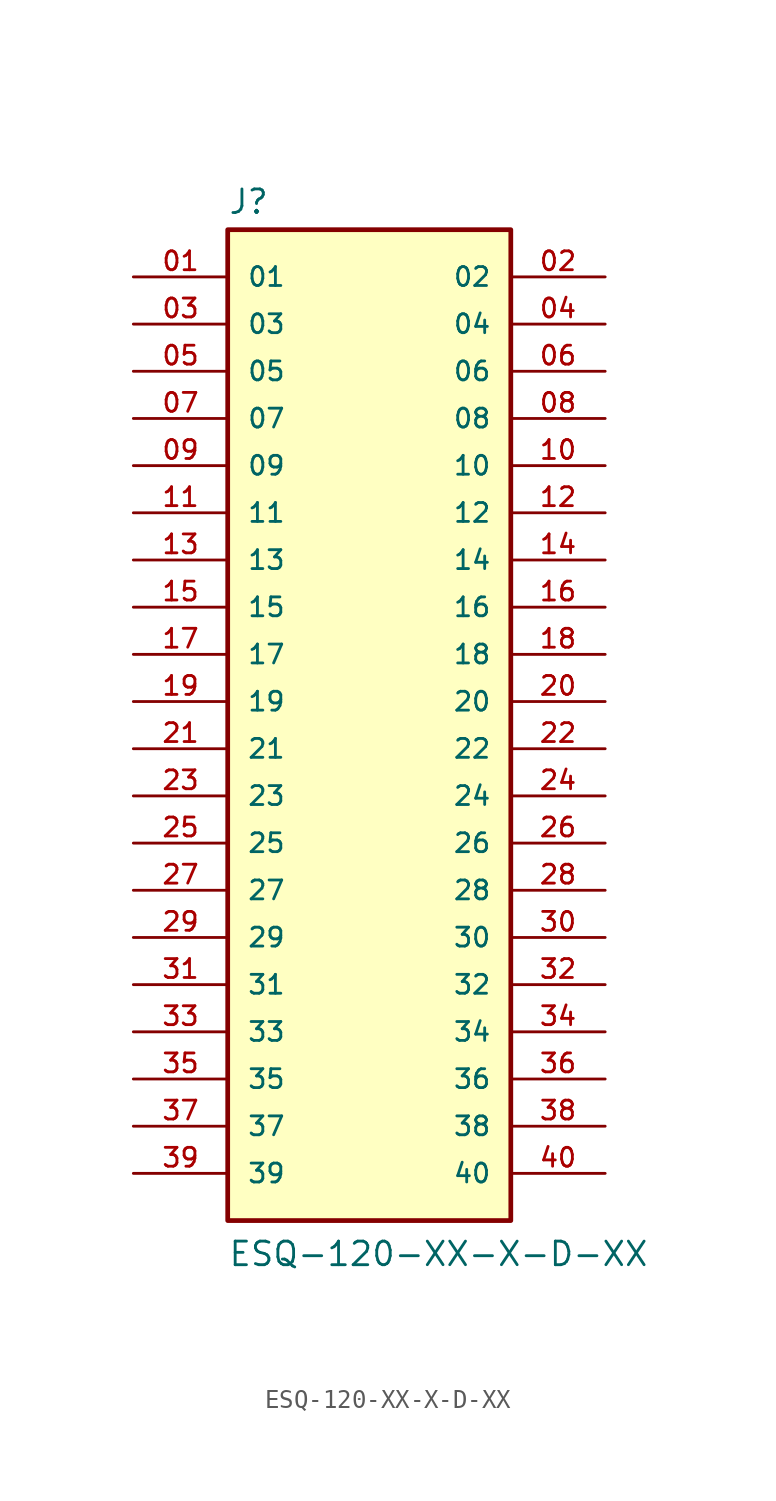
<source format=kicad_sym>
(kicad_symbol_lib
  (version 20211014)
  (generator kicad_symbol_editor)
  (symbol "ESQ-120-XX-X-D-XX"
    (pin_names
      (offset 1.016))
    (property "Reference" "J"
      (at -7.62 26.162 0)
      (effects (font (size 1.27 1.27)) (justify bottom left)))
    (property "Value" "ESQ-120-XX-X-D-XX"
      (at -7.62 -30.48 0)
      (effects (font (size 1.27 1.27)) (justify bottom left)))
    (symbol "ESQ-120-XX-X-D-XX_0_0"
      (rectangle (start -7.62 -27.94) (end 7.62 25.4) (stroke (width 0.254)) (fill (type background)))
      (pin passive line (at -12.7 22.86 0) (length 5.08) (name "01" (effects (font (size 1.016 1.016)))) (number "01" (effects (font (size 1.016 1.016)))))
      (pin passive line (at 12.7 22.86 180.0) (length 5.08) (name "02" (effects (font (size 1.016 1.016)))) (number "02" (effects (font (size 1.016 1.016)))))
      (pin passive line (at -12.7 20.32 0) (length 5.08) (name "03" (effects (font (size 1.016 1.016)))) (number "03" (effects (font (size 1.016 1.016)))))
      (pin passive line (at 12.7 20.32 180.0) (length 5.08) (name "04" (effects (font (size 1.016 1.016)))) (number "04" (effects (font (size 1.016 1.016)))))
      (pin passive line (at -12.7 17.78 0) (length 5.08) (name "05" (effects (font (size 1.016 1.016)))) (number "05" (effects (font (size 1.016 1.016)))))
      (pin passive line (at 12.7 17.78 180.0) (length 5.08) (name "06" (effects (font (size 1.016 1.016)))) (number "06" (effects (font (size 1.016 1.016)))))
      (pin passive line (at -12.7 15.24 0) (length 5.08) (name "07" (effects (font (size 1.016 1.016)))) (number "07" (effects (font (size 1.016 1.016)))))
      (pin passive line (at 12.7 15.24 180.0) (length 5.08) (name "08" (effects (font (size 1.016 1.016)))) (number "08" (effects (font (size 1.016 1.016)))))
      (pin passive line (at -12.7 12.7 0) (length 5.08) (name "09" (effects (font (size 1.016 1.016)))) (number "09" (effects (font (size 1.016 1.016)))))
      (pin passive line (at 12.7 12.7 180.0) (length 5.08) (name "10" (effects (font (size 1.016 1.016)))) (number "10" (effects (font (size 1.016 1.016)))))
      (pin passive line (at -12.7 10.16 0) (length 5.08) (name "11" (effects (font (size 1.016 1.016)))) (number "11" (effects (font (size 1.016 1.016)))))
      (pin passive line (at 12.7 10.16 180.0) (length 5.08) (name "12" (effects (font (size 1.016 1.016)))) (number "12" (effects (font (size 1.016 1.016)))))
      (pin passive line (at -12.7 7.62 0) (length 5.08) (name "13" (effects (font (size 1.016 1.016)))) (number "13" (effects (font (size 1.016 1.016)))))
      (pin passive line (at 12.7 7.62 180.0) (length 5.08) (name "14" (effects (font (size 1.016 1.016)))) (number "14" (effects (font (size 1.016 1.016)))))
      (pin passive line (at -12.7 5.08 0) (length 5.08) (name "15" (effects (font (size 1.016 1.016)))) (number "15" (effects (font (size 1.016 1.016)))))
      (pin passive line (at 12.7 5.08 180.0) (length 5.08) (name "16" (effects (font (size 1.016 1.016)))) (number "16" (effects (font (size 1.016 1.016)))))
      (pin passive line (at -12.7 2.54 0) (length 5.08) (name "17" (effects (font (size 1.016 1.016)))) (number "17" (effects (font (size 1.016 1.016)))))
      (pin passive line (at 12.7 2.54 180.0) (length 5.08) (name "18" (effects (font (size 1.016 1.016)))) (number "18" (effects (font (size 1.016 1.016)))))
      (pin passive line (at -12.7 0.0 0) (length 5.08) (name "19" (effects (font (size 1.016 1.016)))) (number "19" (effects (font (size 1.016 1.016)))))
      (pin passive line (at 12.7 0.0 180.0) (length 5.08) (name "20" (effects (font (size 1.016 1.016)))) (number "20" (effects (font (size 1.016 1.016)))))
      (pin passive line (at -12.7 -2.54 0) (length 5.08) (name "21" (effects (font (size 1.016 1.016)))) (number "21" (effects (font (size 1.016 1.016)))))
      (pin passive line (at 12.7 -2.54 180.0) (length 5.08) (name "22" (effects (font (size 1.016 1.016)))) (number "22" (effects (font (size 1.016 1.016)))))
      (pin passive line (at -12.7 -5.08 0) (length 5.08) (name "23" (effects (font (size 1.016 1.016)))) (number "23" (effects (font (size 1.016 1.016)))))
      (pin passive line (at 12.7 -5.08 180.0) (length 5.08) (name "24" (effects (font (size 1.016 1.016)))) (number "24" (effects (font (size 1.016 1.016)))))
      (pin passive line (at -12.7 -7.62 0) (length 5.08) (name "25" (effects (font (size 1.016 1.016)))) (number "25" (effects (font (size 1.016 1.016)))))
      (pin passive line (at 12.7 -7.62 180.0) (length 5.08) (name "26" (effects (font (size 1.016 1.016)))) (number "26" (effects (font (size 1.016 1.016)))))
      (pin passive line (at -12.7 -10.16 0) (length 5.08) (name "27" (effects (font (size 1.016 1.016)))) (number "27" (effects (font (size 1.016 1.016)))))
      (pin passive line (at 12.7 -10.16 180.0) (length 5.08) (name "28" (effects (font (size 1.016 1.016)))) (number "28" (effects (font (size 1.016 1.016)))))
      (pin passive line (at -12.7 -12.7 0) (length 5.08) (name "29" (effects (font (size 1.016 1.016)))) (number "29" (effects (font (size 1.016 1.016)))))
      (pin passive line (at 12.7 -12.7 180.0) (length 5.08) (name "30" (effects (font (size 1.016 1.016)))) (number "30" (effects (font (size 1.016 1.016)))))
      (pin passive line (at -12.7 -15.24 0) (length 5.08) (name "31" (effects (font (size 1.016 1.016)))) (number "31" (effects (font (size 1.016 1.016)))))
      (pin passive line (at 12.7 -15.24 180.0) (length 5.08) (name "32" (effects (font (size 1.016 1.016)))) (number "32" (effects (font (size 1.016 1.016)))))
      (pin passive line (at -12.7 -17.78 0) (length 5.08) (name "33" (effects (font (size 1.016 1.016)))) (number "33" (effects (font (size 1.016 1.016)))))
      (pin passive line (at 12.7 -17.78 180.0) (length 5.08) (name "34" (effects (font (size 1.016 1.016)))) (number "34" (effects (font (size 1.016 1.016)))))
      (pin passive line (at -12.7 -20.32 0) (length 5.08) (name "35" (effects (font (size 1.016 1.016)))) (number "35" (effects (font (size 1.016 1.016)))))
      (pin passive line (at 12.7 -20.32 180.0) (length 5.08) (name "36" (effects (font (size 1.016 1.016)))) (number "36" (effects (font (size 1.016 1.016)))))
      (pin passive line (at -12.7 -22.86 0) (length 5.08) (name "37" (effects (font (size 1.016 1.016)))) (number "37" (effects (font (size 1.016 1.016)))))
      (pin passive line (at 12.7 -22.86 180.0) (length 5.08) (name "38" (effects (font (size 1.016 1.016)))) (number "38" (effects (font (size 1.016 1.016)))))
      (pin passive line (at -12.7 -25.4 0) (length 5.08) (name "39" (effects (font (size 1.016 1.016)))) (number "39" (effects (font (size 1.016 1.016)))))
      (pin passive line (at 12.7 -25.4 180.0) (length 5.08) (name "40" (effects (font (size 1.016 1.016)))) (number "40" (effects (font (size 1.016 1.016))))))))
</source>
